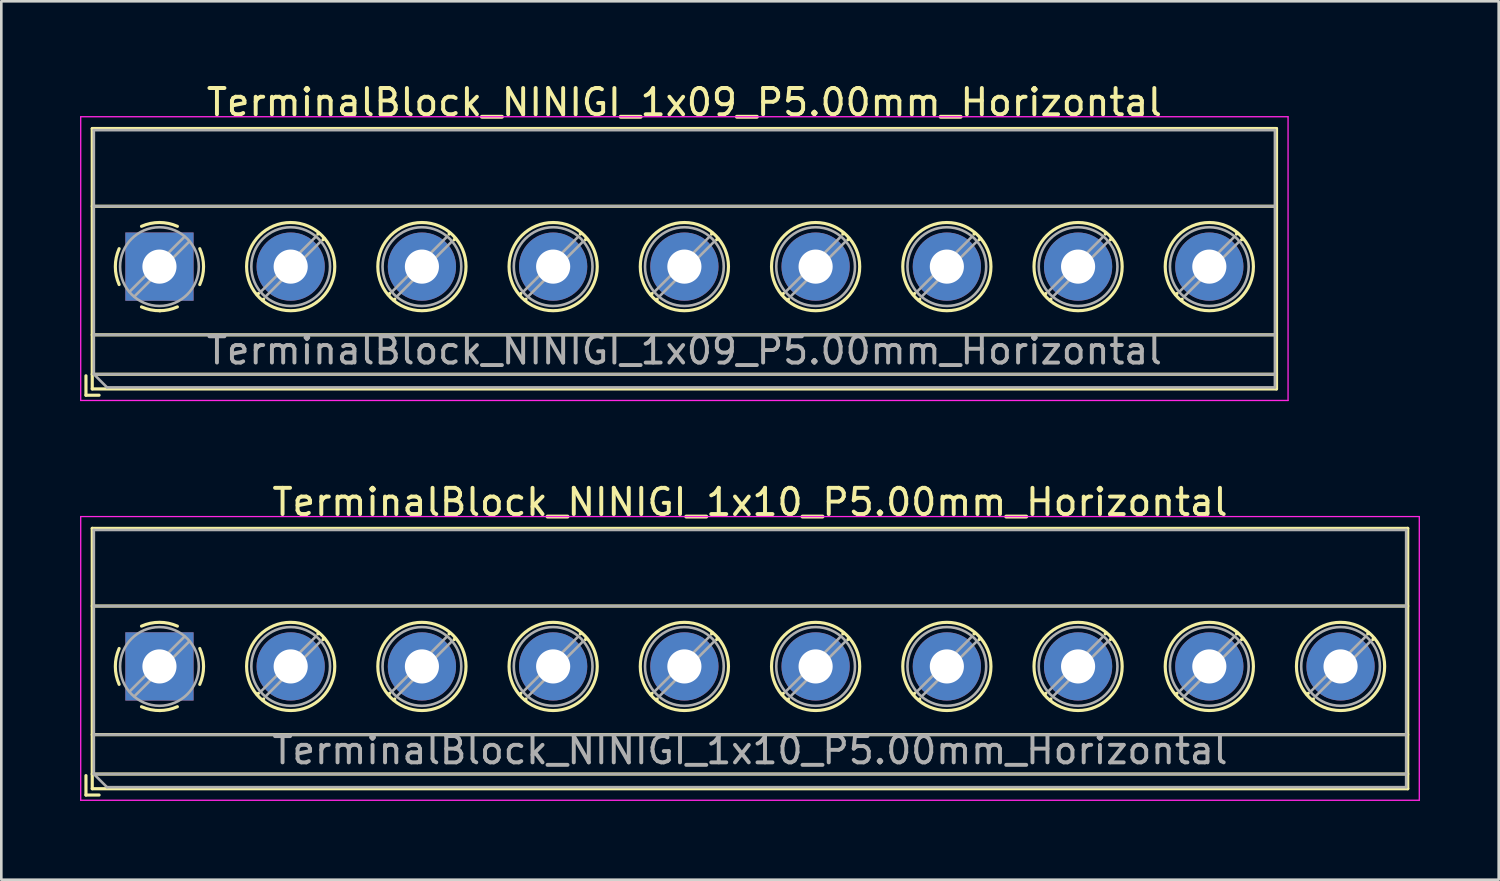
<source format=kicad_pcb>
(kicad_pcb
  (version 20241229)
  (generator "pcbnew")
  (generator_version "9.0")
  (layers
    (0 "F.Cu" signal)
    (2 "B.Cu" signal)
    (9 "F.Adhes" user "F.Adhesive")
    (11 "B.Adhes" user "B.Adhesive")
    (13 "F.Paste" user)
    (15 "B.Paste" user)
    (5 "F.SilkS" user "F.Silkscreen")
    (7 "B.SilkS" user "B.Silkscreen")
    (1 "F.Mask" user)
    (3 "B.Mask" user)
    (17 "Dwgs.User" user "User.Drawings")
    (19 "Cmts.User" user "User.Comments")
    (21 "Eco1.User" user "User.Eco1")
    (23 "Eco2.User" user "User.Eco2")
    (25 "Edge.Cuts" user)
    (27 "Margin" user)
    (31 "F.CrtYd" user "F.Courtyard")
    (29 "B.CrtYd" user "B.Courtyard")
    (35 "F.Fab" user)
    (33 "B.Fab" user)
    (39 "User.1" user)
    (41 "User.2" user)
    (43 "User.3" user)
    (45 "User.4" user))
  (footprint "TerminalBlock_NINIGI_1x10_P5.00mm_Horizontal"
    (layer "F.Cu")
    (at 3.025 22.341)
    (property "Reference" "TerminalBlock_NINIGI_1x10_P5.00mm_Horizontal" (at 22.5 -6.26 0) (layer "F.SilkS") (effects (font (size 1 1) (thickness 0.15))))
    (attr through_hole)
    (fp_line (start -2.8 4.16) (end -2.8 4.9) (stroke (width 0.12) (type solid)) (layer "F.SilkS"))
    (fp_line (start -2.8 4.9) (end -2.3 4.9) (stroke (width 0.12) (type solid)) (layer "F.SilkS"))
    (fp_line (start -2.56 -5.261) (end -2.56 4.66) (stroke (width 0.12) (type solid)) (layer "F.SilkS"))
    (fp_line (start -2.56 -5.261) (end 47.56 -5.261) (stroke (width 0.12) (type solid)) (layer "F.SilkS"))
    (fp_line (start -2.56 -2.301) (end 47.56 -2.301) (stroke (width 0.12) (type solid)) (layer "F.SilkS"))
    (fp_line (start -2.56 2.6) (end 47.56 2.6) (stroke (width 0.12) (type solid)) (layer "F.SilkS"))
    (fp_line (start -2.56 4.1) (end 47.56 4.1) (stroke (width 0.12) (type solid)) (layer "F.SilkS"))
    (fp_line (start -2.56 4.66) (end 47.56 4.66) (stroke (width 0.12) (type solid)) (layer "F.SilkS"))
    (fp_line (start 3.773 1.023) (end 3.726 1.069) (stroke (width 0.12) (type solid)) (layer "F.SilkS"))
    (fp_line (start 3.966 1.239) (end 3.931 1.274) (stroke (width 0.12) (type solid)) (layer "F.SilkS"))
    (fp_line (start 6.07 -1.275) (end 6.035 -1.239) (stroke (width 0.12) (type solid)) (layer "F.SilkS"))
    (fp_line (start 6.275 -1.069) (end 6.228 -1.023) (stroke (width 0.12) (type solid)) (layer "F.SilkS"))
    (fp_line (start 8.773 1.023) (end 8.726 1.069) (stroke (width 0.12) (type solid)) (layer "F.SilkS"))
    (fp_line (start 8.966 1.239) (end 8.931 1.274) (stroke (width 0.12) (type solid)) (layer "F.SilkS"))
    (fp_line (start 11.07 -1.275) (end 11.035 -1.239) (stroke (width 0.12) (type solid)) (layer "F.SilkS"))
    (fp_line (start 11.275 -1.069) (end 11.228 -1.023) (stroke (width 0.12) (type solid)) (layer "F.SilkS"))
    (fp_line (start 13.773 1.023) (end 13.726 1.069) (stroke (width 0.12) (type solid)) (layer "F.SilkS"))
    (fp_line (start 13.966 1.239) (end 13.931 1.274) (stroke (width 0.12) (type solid)) (layer "F.SilkS"))
    (fp_line (start 16.07 -1.275) (end 16.035 -1.239) (stroke (width 0.12) (type solid)) (layer "F.SilkS"))
    (fp_line (start 16.275 -1.069) (end 16.228 -1.023) (stroke (width 0.12) (type solid)) (layer "F.SilkS"))
    (fp_line (start 18.773 1.023) (end 18.726 1.069) (stroke (width 0.12) (type solid)) (layer "F.SilkS"))
    (fp_line (start 18.966 1.239) (end 18.931 1.274) (stroke (width 0.12) (type solid)) (layer "F.SilkS"))
    (fp_line (start 21.07 -1.275) (end 21.035 -1.239) (stroke (width 0.12) (type solid)) (layer "F.SilkS"))
    (fp_line (start 21.275 -1.069) (end 21.228 -1.023) (stroke (width 0.12) (type solid)) (layer "F.SilkS"))
    (fp_line (start 23.773 1.023) (end 23.726 1.069) (stroke (width 0.12) (type solid)) (layer "F.SilkS"))
    (fp_line (start 23.966 1.239) (end 23.931 1.274) (stroke (width 0.12) (type solid)) (layer "F.SilkS"))
    (fp_line (start 26.07 -1.275) (end 26.035 -1.239) (stroke (width 0.12) (type solid)) (layer "F.SilkS"))
    (fp_line (start 26.275 -1.069) (end 26.228 -1.023) (stroke (width 0.12) (type solid)) (layer "F.SilkS"))
    (fp_line (start 28.773 1.023) (end 28.726 1.069) (stroke (width 0.12) (type solid)) (layer "F.SilkS"))
    (fp_line (start 28.966 1.239) (end 28.931 1.274) (stroke (width 0.12) (type solid)) (layer "F.SilkS"))
    (fp_line (start 31.07 -1.275) (end 31.035 -1.239) (stroke (width 0.12) (type solid)) (layer "F.SilkS"))
    (fp_line (start 31.275 -1.069) (end 31.228 -1.023) (stroke (width 0.12) (type solid)) (layer "F.SilkS"))
    (fp_line (start 33.773 1.023) (end 33.726 1.069) (stroke (width 0.12) (type solid)) (layer "F.SilkS"))
    (fp_line (start 33.966 1.239) (end 33.931 1.274) (stroke (width 0.12) (type solid)) (layer "F.SilkS"))
    (fp_line (start 36.07 -1.275) (end 36.035 -1.239) (stroke (width 0.12) (type solid)) (layer "F.SilkS"))
    (fp_line (start 36.275 -1.069) (end 36.228 -1.023) (stroke (width 0.12) (type solid)) (layer "F.SilkS"))
    (fp_line (start 38.773 1.023) (end 38.726 1.069) (stroke (width 0.12) (type solid)) (layer "F.SilkS"))
    (fp_line (start 38.966 1.239) (end 38.931 1.274) (stroke (width 0.12) (type solid)) (layer "F.SilkS"))
    (fp_line (start 41.07 -1.275) (end 41.035 -1.239) (stroke (width 0.12) (type solid)) (layer "F.SilkS"))
    (fp_line (start 41.275 -1.069) (end 41.228 -1.023) (stroke (width 0.12) (type solid)) (layer "F.SilkS"))
    (fp_line (start 43.773 1.023) (end 43.726 1.069) (stroke (width 0.12) (type solid)) (layer "F.SilkS"))
    (fp_line (start 43.966 1.239) (end 43.931 1.274) (stroke (width 0.12) (type solid)) (layer "F.SilkS"))
    (fp_line (start 46.07 -1.275) (end 46.035 -1.239) (stroke (width 0.12) (type solid)) (layer "F.SilkS"))
    (fp_line (start 46.275 -1.069) (end 46.228 -1.023) (stroke (width 0.12) (type solid)) (layer "F.SilkS"))
    (fp_line (start 47.56 -5.261) (end 47.56 4.66) (stroke (width 0.12) (type solid)) (layer "F.SilkS"))
    (fp_arc (start -1.535427 0.683042) (mid -1.680501 -0.000524) (end -1.535 -0.684) (stroke (width 0.12) (type solid)) (layer "F.SilkS"))
    (fp_arc (start -0.683042 -1.535427) (mid 0.000524 -1.680501) (end 0.684 -1.535) (stroke (width 0.12) (type solid)) (layer "F.SilkS"))
    (fp_arc (start 0.028805 1.680253) (mid -0.335551 1.646659) (end -0.684 1.535) (stroke (width 0.12) (type solid)) (layer "F.SilkS"))
    (fp_arc (start 0.683318 1.534756) (mid 0.349292 1.643288) (end 0 1.68) (stroke (width 0.12) (type solid)) (layer "F.SilkS"))
    (fp_arc (start 1.535427 -0.683042) (mid 1.680501 0.000524) (end 1.535 0.684) (stroke (width 0.12) (type solid)) (layer "F.SilkS"))
    (fp_circle (center 5 0) (end 6.68 0) (stroke (width 0.12) (type solid)) (fill no) (layer "F.SilkS"))
    (fp_circle (center 10 0) (end 11.68 0) (stroke (width 0.12) (type solid)) (fill no) (layer "F.SilkS"))
    (fp_circle (center 15 0) (end 16.68 0) (stroke (width 0.12) (type solid)) (fill no) (layer "F.SilkS"))
    (fp_circle (center 20 0) (end 21.68 0) (stroke (width 0.12) (type solid)) (fill no) (layer "F.SilkS"))
    (fp_circle (center 25 0) (end 26.68 0) (stroke (width 0.12) (type solid)) (fill no) (layer "F.SilkS"))
    (fp_circle (center 30 0) (end 31.68 0) (stroke (width 0.12) (type solid)) (fill no) (layer "F.SilkS"))
    (fp_circle (center 35 0) (end 36.68 0) (stroke (width 0.12) (type solid)) (fill no) (layer "F.SilkS"))
    (fp_circle (center 40 0) (end 41.68 0) (stroke (width 0.12) (type solid)) (fill no) (layer "F.SilkS"))
    (fp_circle (center 45 0) (end 46.68 0) (stroke (width 0.12) (type solid)) (fill no) (layer "F.SilkS"))
    (fp_line (start -3 -5.71) (end -3 5.1) (stroke (width 0.05) (type solid)) (layer "F.CrtYd"))
    (fp_line (start -3 5.1) (end 48 5.1) (stroke (width 0.05) (type solid)) (layer "F.CrtYd"))
    (fp_line (start 48 -5.71) (end -3 -5.71) (stroke (width 0.05) (type solid)) (layer "F.CrtYd"))
    (fp_line (start 48 5.1) (end 48 -5.71) (stroke (width 0.05) (type solid)) (layer "F.CrtYd"))
    (fp_line (start -2.5 -5.2) (end 47.5 -5.2) (stroke (width 0.1) (type solid)) (layer "F.Fab"))
    (fp_line (start -2.5 -2.3) (end 47.5 -2.3) (stroke (width 0.1) (type solid)) (layer "F.Fab"))
    (fp_line (start -2.5 2.6) (end 47.5 2.6) (stroke (width 0.1) (type solid)) (layer "F.Fab"))
    (fp_line (start -2.5 4.1) (end -2.5 -5.2) (stroke (width 0.1) (type solid)) (layer "F.Fab"))
    (fp_line (start -2.5 4.1) (end 47.5 4.1) (stroke (width 0.1) (type solid)) (layer "F.Fab"))
    (fp_line (start -2 4.6) (end -2.5 4.1) (stroke (width 0.1) (type solid)) (layer "F.Fab"))
    (fp_line (start 0.955 -1.138) (end -1.138 0.955) (stroke (width 0.1) (type solid)) (layer "F.Fab"))
    (fp_line (start 1.138 -0.955) (end -0.955 1.138) (stroke (width 0.1) (type solid)) (layer "F.Fab"))
    (fp_line (start 5.955 -1.138) (end 3.863 0.955) (stroke (width 0.1) (type solid)) (layer "F.Fab"))
    (fp_line (start 6.138 -0.955) (end 4.046 1.138) (stroke (width 0.1) (type solid)) (layer "F.Fab"))
    (fp_line (start 10.955 -1.138) (end 8.863 0.955) (stroke (width 0.1) (type solid)) (layer "F.Fab"))
    (fp_line (start 11.138 -0.955) (end 9.046 1.138) (stroke (width 0.1) (type solid)) (layer "F.Fab"))
    (fp_line (start 15.955 -1.138) (end 13.863 0.955) (stroke (width 0.1) (type solid)) (layer "F.Fab"))
    (fp_line (start 16.138 -0.955) (end 14.046 1.138) (stroke (width 0.1) (type solid)) (layer "F.Fab"))
    (fp_line (start 20.955 -1.138) (end 18.863 0.955) (stroke (width 0.1) (type solid)) (layer "F.Fab"))
    (fp_line (start 21.138 -0.955) (end 19.046 1.138) (stroke (width 0.1) (type solid)) (layer "F.Fab"))
    (fp_line (start 25.955 -1.138) (end 23.863 0.955) (stroke (width 0.1) (type solid)) (layer "F.Fab"))
    (fp_line (start 26.138 -0.955) (end 24.046 1.138) (stroke (width 0.1) (type solid)) (layer "F.Fab"))
    (fp_line (start 30.955 -1.138) (end 28.863 0.955) (stroke (width 0.1) (type solid)) (layer "F.Fab"))
    (fp_line (start 31.138 -0.955) (end 29.046 1.138) (stroke (width 0.1) (type solid)) (layer "F.Fab"))
    (fp_line (start 35.955 -1.138) (end 33.863 0.955) (stroke (width 0.1) (type solid)) (layer "F.Fab"))
    (fp_line (start 36.138 -0.955) (end 34.046 1.138) (stroke (width 0.1) (type solid)) (layer "F.Fab"))
    (fp_line (start 40.955 -1.138) (end 38.863 0.955) (stroke (width 0.1) (type solid)) (layer "F.Fab"))
    (fp_line (start 41.138 -0.955) (end 39.046 1.138) (stroke (width 0.1) (type solid)) (layer "F.Fab"))
    (fp_line (start 45.955 -1.138) (end 43.863 0.955) (stroke (width 0.1) (type solid)) (layer "F.Fab"))
    (fp_line (start 46.138 -0.955) (end 44.046 1.138) (stroke (width 0.1) (type solid)) (layer "F.Fab"))
    (fp_line (start 47.5 -5.2) (end 47.5 4.6) (stroke (width 0.1) (type solid)) (layer "F.Fab"))
    (fp_line (start 47.5 4.6) (end -2 4.6) (stroke (width 0.1) (type solid)) (layer "F.Fab"))
    (fp_circle (center 0 0) (end 1.5 0) (stroke (width 0.1) (type solid)) (fill no) (layer "F.Fab"))
    (fp_circle (center 5 0) (end 6.5 0) (stroke (width 0.1) (type solid)) (fill no) (layer "F.Fab"))
    (fp_circle (center 10 0) (end 11.5 0) (stroke (width 0.1) (type solid)) (fill no) (layer "F.Fab"))
    (fp_circle (center 15 0) (end 16.5 0) (stroke (width 0.1) (type solid)) (fill no) (layer "F.Fab"))
    (fp_circle (center 20 0) (end 21.5 0) (stroke (width 0.1) (type solid)) (fill no) (layer "F.Fab"))
    (fp_circle (center 25 0) (end 26.5 0) (stroke (width 0.1) (type solid)) (fill no) (layer "F.Fab"))
    (fp_circle (center 30 0) (end 31.5 0) (stroke (width 0.1) (type solid)) (fill no) (layer "F.Fab"))
    (fp_circle (center 35 0) (end 36.5 0) (stroke (width 0.1) (type solid)) (fill no) (layer "F.Fab"))
    (fp_circle (center 40 0) (end 41.5 0) (stroke (width 0.1) (type solid)) (fill no) (layer "F.Fab"))
    (fp_circle (center 45 0) (end 46.5 0) (stroke (width 0.1) (type solid)) (fill no) (layer "F.Fab"))
    (fp_text user "${REFERENCE}" (at 22.5 3.2 0) (layer "F.Fab") (effects (font (size 1 1) (thickness 0.15))))
    (pad "1" thru_hole rect (at 0 0) (size 2.6 2.6) (drill 1.3) (layers "*.Cu" "*.Mask"))
    (pad "2" thru_hole circle (at 5 0) (size 2.6 2.6) (drill 1.3) (layers "*.Cu" "*.Mask"))
    (pad "3" thru_hole circle (at 10 0) (size 2.6 2.6) (drill 1.3) (layers "*.Cu" "*.Mask"))
    (pad "4" thru_hole circle (at 15 0) (size 2.6 2.6) (drill 1.3) (layers "*.Cu" "*.Mask"))
    (pad "5" thru_hole circle (at 20 0) (size 2.6 2.6) (drill 1.3) (layers "*.Cu" "*.Mask"))
    (pad "6" thru_hole circle (at 25 0) (size 2.6 2.6) (drill 1.3) (layers "*.Cu" "*.Mask"))
    (pad "7" thru_hole circle (at 30 0) (size 2.6 2.6) (drill 1.3) (layers "*.Cu" "*.Mask"))
    (pad "8" thru_hole circle (at 35 0) (size 2.6 2.6) (drill 1.3) (layers "*.Cu" "*.Mask"))
    (pad "9" thru_hole circle (at 40 0) (size 2.6 2.6) (drill 1.3) (layers "*.Cu" "*.Mask"))
    (pad "10" thru_hole circle (at 45 0) (size 2.6 2.6) (drill 1.3) (layers "*.Cu" "*.Mask")))
  (footprint "TerminalBlock_NINIGI_1x09_P5.00mm_Horizontal"
    (layer "F.Cu")
    (at 3.025 7.108)
    (property "Reference" "TerminalBlock_NINIGI_1x09_P5.00mm_Horizontal" (at 20 -6.26 0) (layer "F.SilkS") (effects (font (size 1 1) (thickness 0.15))))
    (attr through_hole)
    (fp_line (start -2.8 4.16) (end -2.8 4.9) (stroke (width 0.12) (type solid)) (layer "F.SilkS"))
    (fp_line (start -2.8 4.9) (end -2.3 4.9) (stroke (width 0.12) (type solid)) (layer "F.SilkS"))
    (fp_line (start -2.56 -5.261) (end -2.56 4.66) (stroke (width 0.12) (type solid)) (layer "F.SilkS"))
    (fp_line (start -2.56 -5.261) (end 42.56 -5.261) (stroke (width 0.12) (type solid)) (layer "F.SilkS"))
    (fp_line (start -2.56 -2.301) (end 42.56 -2.301) (stroke (width 0.12) (type solid)) (layer "F.SilkS"))
    (fp_line (start -2.56 2.6) (end 42.56 2.6) (stroke (width 0.12) (type solid)) (layer "F.SilkS"))
    (fp_line (start -2.56 4.1) (end 42.56 4.1) (stroke (width 0.12) (type solid)) (layer "F.SilkS"))
    (fp_line (start -2.56 4.66) (end 42.56 4.66) (stroke (width 0.12) (type solid)) (layer "F.SilkS"))
    (fp_line (start 3.773 1.023) (end 3.726 1.069) (stroke (width 0.12) (type solid)) (layer "F.SilkS"))
    (fp_line (start 3.966 1.239) (end 3.931 1.274) (stroke (width 0.12) (type solid)) (layer "F.SilkS"))
    (fp_line (start 6.07 -1.275) (end 6.035 -1.239) (stroke (width 0.12) (type solid)) (layer "F.SilkS"))
    (fp_line (start 6.275 -1.069) (end 6.228 -1.023) (stroke (width 0.12) (type solid)) (layer "F.SilkS"))
    (fp_line (start 8.773 1.023) (end 8.726 1.069) (stroke (width 0.12) (type solid)) (layer "F.SilkS"))
    (fp_line (start 8.966 1.239) (end 8.931 1.274) (stroke (width 0.12) (type solid)) (layer "F.SilkS"))
    (fp_line (start 11.07 -1.275) (end 11.035 -1.239) (stroke (width 0.12) (type solid)) (layer "F.SilkS"))
    (fp_line (start 11.275 -1.069) (end 11.228 -1.023) (stroke (width 0.12) (type solid)) (layer "F.SilkS"))
    (fp_line (start 13.773 1.023) (end 13.726 1.069) (stroke (width 0.12) (type solid)) (layer "F.SilkS"))
    (fp_line (start 13.966 1.239) (end 13.931 1.274) (stroke (width 0.12) (type solid)) (layer "F.SilkS"))
    (fp_line (start 16.07 -1.275) (end 16.035 -1.239) (stroke (width 0.12) (type solid)) (layer "F.SilkS"))
    (fp_line (start 16.275 -1.069) (end 16.228 -1.023) (stroke (width 0.12) (type solid)) (layer "F.SilkS"))
    (fp_line (start 18.773 1.023) (end 18.726 1.069) (stroke (width 0.12) (type solid)) (layer "F.SilkS"))
    (fp_line (start 18.966 1.239) (end 18.931 1.274) (stroke (width 0.12) (type solid)) (layer "F.SilkS"))
    (fp_line (start 21.07 -1.275) (end 21.035 -1.239) (stroke (width 0.12) (type solid)) (layer "F.SilkS"))
    (fp_line (start 21.275 -1.069) (end 21.228 -1.023) (stroke (width 0.12) (type solid)) (layer "F.SilkS"))
    (fp_line (start 23.773 1.023) (end 23.726 1.069) (stroke (width 0.12) (type solid)) (layer "F.SilkS"))
    (fp_line (start 23.966 1.239) (end 23.931 1.274) (stroke (width 0.12) (type solid)) (layer "F.SilkS"))
    (fp_line (start 26.07 -1.275) (end 26.035 -1.239) (stroke (width 0.12) (type solid)) (layer "F.SilkS"))
    (fp_line (start 26.275 -1.069) (end 26.228 -1.023) (stroke (width 0.12) (type solid)) (layer "F.SilkS"))
    (fp_line (start 28.773 1.023) (end 28.726 1.069) (stroke (width 0.12) (type solid)) (layer "F.SilkS"))
    (fp_line (start 28.966 1.239) (end 28.931 1.274) (stroke (width 0.12) (type solid)) (layer "F.SilkS"))
    (fp_line (start 31.07 -1.275) (end 31.035 -1.239) (stroke (width 0.12) (type solid)) (layer "F.SilkS"))
    (fp_line (start 31.275 -1.069) (end 31.228 -1.023) (stroke (width 0.12) (type solid)) (layer "F.SilkS"))
    (fp_line (start 33.773 1.023) (end 33.726 1.069) (stroke (width 0.12) (type solid)) (layer "F.SilkS"))
    (fp_line (start 33.966 1.239) (end 33.931 1.274) (stroke (width 0.12) (type solid)) (layer "F.SilkS"))
    (fp_line (start 36.07 -1.275) (end 36.035 -1.239) (stroke (width 0.12) (type solid)) (layer "F.SilkS"))
    (fp_line (start 36.275 -1.069) (end 36.228 -1.023) (stroke (width 0.12) (type solid)) (layer "F.SilkS"))
    (fp_line (start 38.773 1.023) (end 38.726 1.069) (stroke (width 0.12) (type solid)) (layer "F.SilkS"))
    (fp_line (start 38.966 1.239) (end 38.931 1.274) (stroke (width 0.12) (type solid)) (layer "F.SilkS"))
    (fp_line (start 41.07 -1.275) (end 41.035 -1.239) (stroke (width 0.12) (type solid)) (layer "F.SilkS"))
    (fp_line (start 41.275 -1.069) (end 41.228 -1.023) (stroke (width 0.12) (type solid)) (layer "F.SilkS"))
    (fp_line (start 42.56 -5.261) (end 42.56 4.66) (stroke (width 0.12) (type solid)) (layer "F.SilkS"))
    (fp_arc (start -1.535427 0.683042) (mid -1.680501 -0.000524) (end -1.535 -0.684) (stroke (width 0.12) (type solid)) (layer "F.SilkS"))
    (fp_arc (start -0.683042 -1.535427) (mid 0.000524 -1.680501) (end 0.684 -1.535) (stroke (width 0.12) (type solid)) (layer "F.SilkS"))
    (fp_arc (start 0.028805 1.680253) (mid -0.335551 1.646659) (end -0.684 1.535) (stroke (width 0.12) (type solid)) (layer "F.SilkS"))
    (fp_arc (start 0.683318 1.534756) (mid 0.349292 1.643288) (end 0 1.68) (stroke (width 0.12) (type solid)) (layer "F.SilkS"))
    (fp_arc (start 1.535427 -0.683042) (mid 1.680501 0.000524) (end 1.535 0.684) (stroke (width 0.12) (type solid)) (layer "F.SilkS"))
    (fp_circle (center 5 0) (end 6.68 0) (stroke (width 0.12) (type solid)) (fill no) (layer "F.SilkS"))
    (fp_circle (center 10 0) (end 11.68 0) (stroke (width 0.12) (type solid)) (fill no) (layer "F.SilkS"))
    (fp_circle (center 15 0) (end 16.68 0) (stroke (width 0.12) (type solid)) (fill no) (layer "F.SilkS"))
    (fp_circle (center 20 0) (end 21.68 0) (stroke (width 0.12) (type solid)) (fill no) (layer "F.SilkS"))
    (fp_circle (center 25 0) (end 26.68 0) (stroke (width 0.12) (type solid)) (fill no) (layer "F.SilkS"))
    (fp_circle (center 30 0) (end 31.68 0) (stroke (width 0.12) (type solid)) (fill no) (layer "F.SilkS"))
    (fp_circle (center 35 0) (end 36.68 0) (stroke (width 0.12) (type solid)) (fill no) (layer "F.SilkS"))
    (fp_circle (center 40 0) (end 41.68 0) (stroke (width 0.12) (type solid)) (fill no) (layer "F.SilkS"))
    (fp_line (start -3 -5.71) (end -3 5.1) (stroke (width 0.05) (type solid)) (layer "F.CrtYd"))
    (fp_line (start -3 5.1) (end 43 5.1) (stroke (width 0.05) (type solid)) (layer "F.CrtYd"))
    (fp_line (start 43 -5.71) (end -3 -5.71) (stroke (width 0.05) (type solid)) (layer "F.CrtYd"))
    (fp_line (start 43 5.1) (end 43 -5.71) (stroke (width 0.05) (type solid)) (layer "F.CrtYd"))
    (fp_line (start -2.5 -5.2) (end 42.5 -5.2) (stroke (width 0.1) (type solid)) (layer "F.Fab"))
    (fp_line (start -2.5 -2.3) (end 42.5 -2.3) (stroke (width 0.1) (type solid)) (layer "F.Fab"))
    (fp_line (start -2.5 2.6) (end 42.5 2.6) (stroke (width 0.1) (type solid)) (layer "F.Fab"))
    (fp_line (start -2.5 4.1) (end -2.5 -5.2) (stroke (width 0.1) (type solid)) (layer "F.Fab"))
    (fp_line (start -2.5 4.1) (end 42.5 4.1) (stroke (width 0.1) (type solid)) (layer "F.Fab"))
    (fp_line (start -2 4.6) (end -2.5 4.1) (stroke (width 0.1) (type solid)) (layer "F.Fab"))
    (fp_line (start 0.955 -1.138) (end -1.138 0.955) (stroke (width 0.1) (type solid)) (layer "F.Fab"))
    (fp_line (start 1.138 -0.955) (end -0.955 1.138) (stroke (width 0.1) (type solid)) (layer "F.Fab"))
    (fp_line (start 5.955 -1.138) (end 3.863 0.955) (stroke (width 0.1) (type solid)) (layer "F.Fab"))
    (fp_line (start 6.138 -0.955) (end 4.046 1.138) (stroke (width 0.1) (type solid)) (layer "F.Fab"))
    (fp_line (start 10.955 -1.138) (end 8.863 0.955) (stroke (width 0.1) (type solid)) (layer "F.Fab"))
    (fp_line (start 11.138 -0.955) (end 9.046 1.138) (stroke (width 0.1) (type solid)) (layer "F.Fab"))
    (fp_line (start 15.955 -1.138) (end 13.863 0.955) (stroke (width 0.1) (type solid)) (layer "F.Fab"))
    (fp_line (start 16.138 -0.955) (end 14.046 1.138) (stroke (width 0.1) (type solid)) (layer "F.Fab"))
    (fp_line (start 20.955 -1.138) (end 18.863 0.955) (stroke (width 0.1) (type solid)) (layer "F.Fab"))
    (fp_line (start 21.138 -0.955) (end 19.046 1.138) (stroke (width 0.1) (type solid)) (layer "F.Fab"))
    (fp_line (start 25.955 -1.138) (end 23.863 0.955) (stroke (width 0.1) (type solid)) (layer "F.Fab"))
    (fp_line (start 26.138 -0.955) (end 24.046 1.138) (stroke (width 0.1) (type solid)) (layer "F.Fab"))
    (fp_line (start 30.955 -1.138) (end 28.863 0.955) (stroke (width 0.1) (type solid)) (layer "F.Fab"))
    (fp_line (start 31.138 -0.955) (end 29.046 1.138) (stroke (width 0.1) (type solid)) (layer "F.Fab"))
    (fp_line (start 35.955 -1.138) (end 33.863 0.955) (stroke (width 0.1) (type solid)) (layer "F.Fab"))
    (fp_line (start 36.138 -0.955) (end 34.046 1.138) (stroke (width 0.1) (type solid)) (layer "F.Fab"))
    (fp_line (start 40.955 -1.138) (end 38.863 0.955) (stroke (width 0.1) (type solid)) (layer "F.Fab"))
    (fp_line (start 41.138 -0.955) (end 39.046 1.138) (stroke (width 0.1) (type solid)) (layer "F.Fab"))
    (fp_line (start 42.5 -5.2) (end 42.5 4.6) (stroke (width 0.1) (type solid)) (layer "F.Fab"))
    (fp_line (start 42.5 4.6) (end -2 4.6) (stroke (width 0.1) (type solid)) (layer "F.Fab"))
    (fp_circle (center 0 0) (end 1.5 0) (stroke (width 0.1) (type solid)) (fill no) (layer "F.Fab"))
    (fp_circle (center 5 0) (end 6.5 0) (stroke (width 0.1) (type solid)) (fill no) (layer "F.Fab"))
    (fp_circle (center 10 0) (end 11.5 0) (stroke (width 0.1) (type solid)) (fill no) (layer "F.Fab"))
    (fp_circle (center 15 0) (end 16.5 0) (stroke (width 0.1) (type solid)) (fill no) (layer "F.Fab"))
    (fp_circle (center 20 0) (end 21.5 0) (stroke (width 0.1) (type solid)) (fill no) (layer "F.Fab"))
    (fp_circle (center 25 0) (end 26.5 0) (stroke (width 0.1) (type solid)) (fill no) (layer "F.Fab"))
    (fp_circle (center 30 0) (end 31.5 0) (stroke (width 0.1) (type solid)) (fill no) (layer "F.Fab"))
    (fp_circle (center 35 0) (end 36.5 0) (stroke (width 0.1) (type solid)) (fill no) (layer "F.Fab"))
    (fp_circle (center 40 0) (end 41.5 0) (stroke (width 0.1) (type solid)) (fill no) (layer "F.Fab"))
    (fp_text user "${REFERENCE}" (at 20 3.2 0) (layer "F.Fab") (effects (font (size 1 1) (thickness 0.15))))
    (pad "1" thru_hole rect (at 0 0) (size 2.6 2.6) (drill 1.3) (layers "*.Cu" "*.Mask"))
    (pad "2" thru_hole circle (at 5 0) (size 2.6 2.6) (drill 1.3) (layers "*.Cu" "*.Mask"))
    (pad "3" thru_hole circle (at 10 0) (size 2.6 2.6) (drill 1.3) (layers "*.Cu" "*.Mask"))
    (pad "4" thru_hole circle (at 15 0) (size 2.6 2.6) (drill 1.3) (layers "*.Cu" "*.Mask"))
    (pad "5" thru_hole circle (at 20 0) (size 2.6 2.6) (drill 1.3) (layers "*.Cu" "*.Mask"))
    (pad "6" thru_hole circle (at 25 0) (size 2.6 2.6) (drill 1.3) (layers "*.Cu" "*.Mask"))
    (pad "7" thru_hole circle (at 30 0) (size 2.6 2.6) (drill 1.3) (layers "*.Cu" "*.Mask"))
    (pad "8" thru_hole circle (at 35 0) (size 2.6 2.6) (drill 1.3) (layers "*.Cu" "*.Mask"))
    (pad "9" thru_hole circle (at 40 0) (size 2.6 2.6) (drill 1.3) (layers "*.Cu" "*.Mask")))
  (gr_rect
    (start -3 -3)
    (end 54.05 30.466)
    (stroke (width 0.1) (type default))
    (fill no)
    (layer "Edge.Cuts")))
</source>
